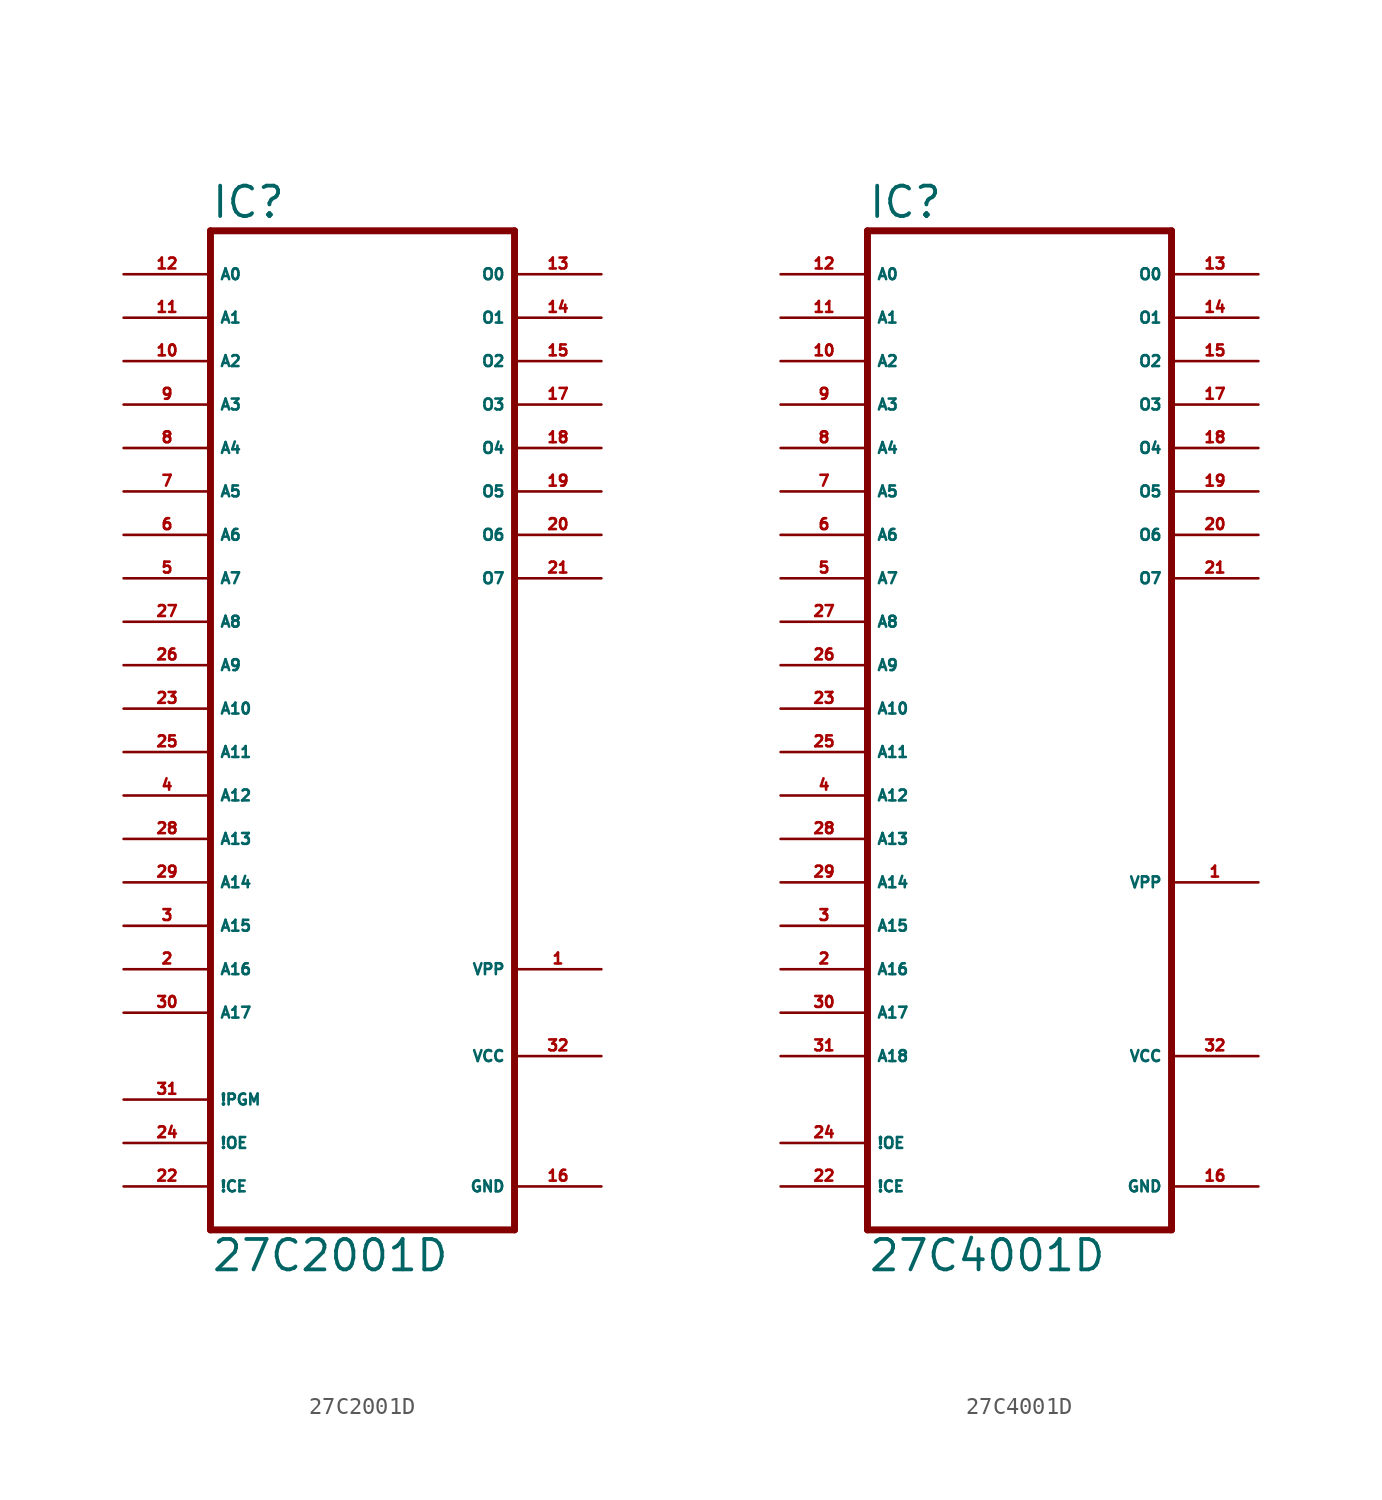
<source format=kicad_sym>
(kicad_symbol_lib
  (version 20220914)
  (generator Eagle2Kicad)
  (symbol "27C2001D"
    (property "Reference" "IC"
      (at -10.16 23.495 0)
      (effects (font (size 1.778 1.778) (thickness 0.22)) (justify left bottom)))
    (property "Value" "27C2001D"
      (at -10.16 -38.1 0)
      (effects (font (size 1.778 1.778) (thickness 0.22)) (justify left bottom)))
    (polyline
      (pts (xy -10.16 -35.56) (xy 7.62 -35.56))
      (stroke (width 0.406) (type default))
      (fill (type none)))
    (polyline
      (pts (xy 7.62 22.86) (xy 7.62 -35.56))
      (stroke (width 0.406) (type default))
      (fill (type none)))
    (polyline
      (pts (xy 7.62 22.86) (xy -10.16 22.86))
      (stroke (width 0.406) (type default))
      (fill (type none)))
    (polyline
      (pts (xy -10.16 -35.56) (xy -10.16 22.86))
      (stroke (width 0.406) (type default))
      (fill (type none)))
    (pin input line
      (at -15.24 20.32 0)
      (length 5.08)
      (name "A0" (effects (font (size 0.635 0.635) (thickness 0.08)) (justify left bottom)))
      (number "12" (effects (font (size 0.635 0.635) (thickness 0.08)) (justify left bottom))))
    (pin input line
      (at -15.24 17.78 0)
      (length 5.08)
      (name "A1" (effects (font (size 0.635 0.635) (thickness 0.08)) (justify left bottom)))
      (number "11" (effects (font (size 0.635 0.635) (thickness 0.08)) (justify left bottom))))
    (pin input line
      (at -15.24 15.24 0)
      (length 5.08)
      (name "A2" (effects (font (size 0.635 0.635) (thickness 0.08)) (justify left bottom)))
      (number "10" (effects (font (size 0.635 0.635) (thickness 0.08)) (justify left bottom))))
    (pin input line
      (at -15.24 12.7 0)
      (length 5.08)
      (name "A3" (effects (font (size 0.635 0.635) (thickness 0.08)) (justify left bottom)))
      (number "9" (effects (font (size 0.635 0.635) (thickness 0.08)) (justify left bottom))))
    (pin input line
      (at -15.24 10.16 0)
      (length 5.08)
      (name "A4" (effects (font (size 0.635 0.635) (thickness 0.08)) (justify left bottom)))
      (number "8" (effects (font (size 0.635 0.635) (thickness 0.08)) (justify left bottom))))
    (pin input line
      (at -15.24 7.62 0)
      (length 5.08)
      (name "A5" (effects (font (size 0.635 0.635) (thickness 0.08)) (justify left bottom)))
      (number "7" (effects (font (size 0.635 0.635) (thickness 0.08)) (justify left bottom))))
    (pin input line
      (at -15.24 5.08 0)
      (length 5.08)
      (name "A6" (effects (font (size 0.635 0.635) (thickness 0.08)) (justify left bottom)))
      (number "6" (effects (font (size 0.635 0.635) (thickness 0.08)) (justify left bottom))))
    (pin input line
      (at -15.24 2.54 0)
      (length 5.08)
      (name "A7" (effects (font (size 0.635 0.635) (thickness 0.08)) (justify left bottom)))
      (number "5" (effects (font (size 0.635 0.635) (thickness 0.08)) (justify left bottom))))
    (pin input line
      (at -15.24 0 0)
      (length 5.08)
      (name "A8" (effects (font (size 0.635 0.635) (thickness 0.08)) (justify left bottom)))
      (number "27" (effects (font (size 0.635 0.635) (thickness 0.08)) (justify left bottom))))
    (pin input line
      (at -15.24 -2.54 0)
      (length 5.08)
      (name "A9" (effects (font (size 0.635 0.635) (thickness 0.08)) (justify left bottom)))
      (number "26" (effects (font (size 0.635 0.635) (thickness 0.08)) (justify left bottom))))
    (pin input line
      (at -15.24 -5.08 0)
      (length 5.08)
      (name "A10" (effects (font (size 0.635 0.635) (thickness 0.08)) (justify left bottom)))
      (number "23" (effects (font (size 0.635 0.635) (thickness 0.08)) (justify left bottom))))
    (pin input line
      (at -15.24 -7.62 0)
      (length 5.08)
      (name "A11" (effects (font (size 0.635 0.635) (thickness 0.08)) (justify left bottom)))
      (number "25" (effects (font (size 0.635 0.635) (thickness 0.08)) (justify left bottom))))
    (pin input line
      (at -15.24 -10.16 0)
      (length 5.08)
      (name "A12" (effects (font (size 0.635 0.635) (thickness 0.08)) (justify left bottom)))
      (number "4" (effects (font (size 0.635 0.635) (thickness 0.08)) (justify left bottom))))
    (pin input line
      (at -15.24 -12.7 0)
      (length 5.08)
      (name "A13" (effects (font (size 0.635 0.635) (thickness 0.08)) (justify left bottom)))
      (number "28" (effects (font (size 0.635 0.635) (thickness 0.08)) (justify left bottom))))
    (pin input line
      (at -15.24 -15.24 0)
      (length 5.08)
      (name "A14" (effects (font (size 0.635 0.635) (thickness 0.08)) (justify left bottom)))
      (number "29" (effects (font (size 0.635 0.635) (thickness 0.08)) (justify left bottom))))
    (pin input line
      (at -15.24 -17.78 0)
      (length 5.08)
      (name "A15" (effects (font (size 0.635 0.635) (thickness 0.08)) (justify left bottom)))
      (number "3" (effects (font (size 0.635 0.635) (thickness 0.08)) (justify left bottom))))
    (pin input line
      (at -15.24 -20.32 0)
      (length 5.08)
      (name "A16" (effects (font (size 0.635 0.635) (thickness 0.08)) (justify left bottom)))
      (number "2" (effects (font (size 0.635 0.635) (thickness 0.08)) (justify left bottom))))
    (pin input line
      (at -15.24 -22.86 0)
      (length 5.08)
      (name "A17" (effects (font (size 0.635 0.635) (thickness 0.08)) (justify left bottom)))
      (number "30" (effects (font (size 0.635 0.635) (thickness 0.08)) (justify left bottom))))
    (pin tri_state line
      (at 12.7 20.32 180)
      (length 5.08)
      (name "O0" (effects (font (size 0.635 0.635) (thickness 0.08)) (justify left bottom)))
      (number "13" (effects (font (size 0.635 0.635) (thickness 0.08)) (justify left bottom))))
    (pin tri_state line
      (at 12.7 17.78 180)
      (length 5.08)
      (name "O1" (effects (font (size 0.635 0.635) (thickness 0.08)) (justify left bottom)))
      (number "14" (effects (font (size 0.635 0.635) (thickness 0.08)) (justify left bottom))))
    (pin tri_state line
      (at 12.7 15.24 180)
      (length 5.08)
      (name "O2" (effects (font (size 0.635 0.635) (thickness 0.08)) (justify left bottom)))
      (number "15" (effects (font (size 0.635 0.635) (thickness 0.08)) (justify left bottom))))
    (pin tri_state line
      (at 12.7 12.7 180)
      (length 5.08)
      (name "O3" (effects (font (size 0.635 0.635) (thickness 0.08)) (justify left bottom)))
      (number "17" (effects (font (size 0.635 0.635) (thickness 0.08)) (justify left bottom))))
    (pin tri_state line
      (at 12.7 10.16 180)
      (length 5.08)
      (name "O4" (effects (font (size 0.635 0.635) (thickness 0.08)) (justify left bottom)))
      (number "18" (effects (font (size 0.635 0.635) (thickness 0.08)) (justify left bottom))))
    (pin tri_state line
      (at 12.7 7.62 180)
      (length 5.08)
      (name "O5" (effects (font (size 0.635 0.635) (thickness 0.08)) (justify left bottom)))
      (number "19" (effects (font (size 0.635 0.635) (thickness 0.08)) (justify left bottom))))
    (pin tri_state line
      (at 12.7 5.08 180)
      (length 5.08)
      (name "O6" (effects (font (size 0.635 0.635) (thickness 0.08)) (justify left bottom)))
      (number "20" (effects (font (size 0.635 0.635) (thickness 0.08)) (justify left bottom))))
    (pin tri_state line
      (at 12.7 2.54 180)
      (length 5.08)
      (name "O7" (effects (font (size 0.635 0.635) (thickness 0.08)) (justify left bottom)))
      (number "21" (effects (font (size 0.635 0.635) (thickness 0.08)) (justify left bottom))))
    (pin input line
      (at -15.24 -27.94 0)
      (length 5.08)
      (name "!PGM" (effects (font (size 0.635 0.635) (thickness 0.08)) (justify left bottom)))
      (number "31" (effects (font (size 0.635 0.635) (thickness 0.08)) (justify left bottom))))
    (pin input line
      (at -15.24 -30.48 0)
      (length 5.08)
      (name "!OE" (effects (font (size 0.635 0.635) (thickness 0.08)) (justify left bottom)))
      (number "24" (effects (font (size 0.635 0.635) (thickness 0.08)) (justify left bottom))))
    (pin input line
      (at -15.24 -33.02 0)
      (length 5.08)
      (name "!CE" (effects (font (size 0.635 0.635) (thickness 0.08)) (justify left bottom)))
      (number "22" (effects (font (size 0.635 0.635) (thickness 0.08)) (justify left bottom))))
    (pin unspecified line
      (at 12.7 -33.02 180)
      (length 5.08)
      (name "GND" (effects (font (size 0.635 0.635) (thickness 0.08)) (justify left bottom)))
      (number "16" (effects (font (size 0.635 0.635) (thickness 0.08)) (justify left bottom))))
    (pin unspecified line
      (at 12.7 -25.4 180)
      (length 5.08)
      (name "VCC" (effects (font (size 0.635 0.635) (thickness 0.08)) (justify left bottom)))
      (number "32" (effects (font (size 0.635 0.635) (thickness 0.08)) (justify left bottom))))
    (pin passive line
      (at 12.7 -20.32 180)
      (length 5.08)
      (name "VPP" (effects (font (size 0.635 0.635) (thickness 0.08)) (justify left bottom)))
      (number "1" (effects (font (size 0.635 0.635) (thickness 0.08)) (justify left bottom)))))
  (symbol "27C4001D"
    (property "Reference" "IC"
      (at -10.16 26.035 0)
      (effects (font (size 1.778 1.778) (thickness 0.22)) (justify left bottom)))
    (property "Value" "27C4001D"
      (at -10.16 -35.56 0)
      (effects (font (size 1.778 1.778) (thickness 0.22)) (justify left bottom)))
    (polyline
      (pts (xy -10.16 -33.02) (xy -10.16 25.4))
      (stroke (width 0.406) (type default))
      (fill (type none)))
    (polyline
      (pts (xy 7.62 25.4) (xy -10.16 25.4))
      (stroke (width 0.406) (type default))
      (fill (type none)))
    (polyline
      (pts (xy 7.62 25.4) (xy 7.62 -33.02))
      (stroke (width 0.406) (type default))
      (fill (type none)))
    (polyline
      (pts (xy -10.16 -33.02) (xy 7.62 -33.02))
      (stroke (width 0.406) (type default))
      (fill (type none)))
    (pin input line
      (at -15.24 22.86 0)
      (length 5.08)
      (name "A0" (effects (font (size 0.635 0.635) (thickness 0.08)) (justify left bottom)))
      (number "12" (effects (font (size 0.635 0.635) (thickness 0.08)) (justify left bottom))))
    (pin input line
      (at -15.24 20.32 0)
      (length 5.08)
      (name "A1" (effects (font (size 0.635 0.635) (thickness 0.08)) (justify left bottom)))
      (number "11" (effects (font (size 0.635 0.635) (thickness 0.08)) (justify left bottom))))
    (pin input line
      (at -15.24 17.78 0)
      (length 5.08)
      (name "A2" (effects (font (size 0.635 0.635) (thickness 0.08)) (justify left bottom)))
      (number "10" (effects (font (size 0.635 0.635) (thickness 0.08)) (justify left bottom))))
    (pin input line
      (at -15.24 15.24 0)
      (length 5.08)
      (name "A3" (effects (font (size 0.635 0.635) (thickness 0.08)) (justify left bottom)))
      (number "9" (effects (font (size 0.635 0.635) (thickness 0.08)) (justify left bottom))))
    (pin input line
      (at -15.24 12.7 0)
      (length 5.08)
      (name "A4" (effects (font (size 0.635 0.635) (thickness 0.08)) (justify left bottom)))
      (number "8" (effects (font (size 0.635 0.635) (thickness 0.08)) (justify left bottom))))
    (pin input line
      (at -15.24 10.16 0)
      (length 5.08)
      (name "A5" (effects (font (size 0.635 0.635) (thickness 0.08)) (justify left bottom)))
      (number "7" (effects (font (size 0.635 0.635) (thickness 0.08)) (justify left bottom))))
    (pin input line
      (at -15.24 7.62 0)
      (length 5.08)
      (name "A6" (effects (font (size 0.635 0.635) (thickness 0.08)) (justify left bottom)))
      (number "6" (effects (font (size 0.635 0.635) (thickness 0.08)) (justify left bottom))))
    (pin input line
      (at -15.24 5.08 0)
      (length 5.08)
      (name "A7" (effects (font (size 0.635 0.635) (thickness 0.08)) (justify left bottom)))
      (number "5" (effects (font (size 0.635 0.635) (thickness 0.08)) (justify left bottom))))
    (pin input line
      (at -15.24 2.54 0)
      (length 5.08)
      (name "A8" (effects (font (size 0.635 0.635) (thickness 0.08)) (justify left bottom)))
      (number "27" (effects (font (size 0.635 0.635) (thickness 0.08)) (justify left bottom))))
    (pin input line
      (at -15.24 0 0)
      (length 5.08)
      (name "A9" (effects (font (size 0.635 0.635) (thickness 0.08)) (justify left bottom)))
      (number "26" (effects (font (size 0.635 0.635) (thickness 0.08)) (justify left bottom))))
    (pin input line
      (at -15.24 -2.54 0)
      (length 5.08)
      (name "A10" (effects (font (size 0.635 0.635) (thickness 0.08)) (justify left bottom)))
      (number "23" (effects (font (size 0.635 0.635) (thickness 0.08)) (justify left bottom))))
    (pin input line
      (at -15.24 -5.08 0)
      (length 5.08)
      (name "A11" (effects (font (size 0.635 0.635) (thickness 0.08)) (justify left bottom)))
      (number "25" (effects (font (size 0.635 0.635) (thickness 0.08)) (justify left bottom))))
    (pin input line
      (at -15.24 -7.62 0)
      (length 5.08)
      (name "A12" (effects (font (size 0.635 0.635) (thickness 0.08)) (justify left bottom)))
      (number "4" (effects (font (size 0.635 0.635) (thickness 0.08)) (justify left bottom))))
    (pin input line
      (at -15.24 -10.16 0)
      (length 5.08)
      (name "A13" (effects (font (size 0.635 0.635) (thickness 0.08)) (justify left bottom)))
      (number "28" (effects (font (size 0.635 0.635) (thickness 0.08)) (justify left bottom))))
    (pin input line
      (at -15.24 -12.7 0)
      (length 5.08)
      (name "A14" (effects (font (size 0.635 0.635) (thickness 0.08)) (justify left bottom)))
      (number "29" (effects (font (size 0.635 0.635) (thickness 0.08)) (justify left bottom))))
    (pin input line
      (at -15.24 -15.24 0)
      (length 5.08)
      (name "A15" (effects (font (size 0.635 0.635) (thickness 0.08)) (justify left bottom)))
      (number "3" (effects (font (size 0.635 0.635) (thickness 0.08)) (justify left bottom))))
    (pin input line
      (at -15.24 -17.78 0)
      (length 5.08)
      (name "A16" (effects (font (size 0.635 0.635) (thickness 0.08)) (justify left bottom)))
      (number "2" (effects (font (size 0.635 0.635) (thickness 0.08)) (justify left bottom))))
    (pin input line
      (at -15.24 -20.32 0)
      (length 5.08)
      (name "A17" (effects (font (size 0.635 0.635) (thickness 0.08)) (justify left bottom)))
      (number "30" (effects (font (size 0.635 0.635) (thickness 0.08)) (justify left bottom))))
    (pin input line
      (at -15.24 -22.86 0)
      (length 5.08)
      (name "A18" (effects (font (size 0.635 0.635) (thickness 0.08)) (justify left bottom)))
      (number "31" (effects (font (size 0.635 0.635) (thickness 0.08)) (justify left bottom))))
    (pin tri_state line
      (at 12.7 22.86 180)
      (length 5.08)
      (name "O0" (effects (font (size 0.635 0.635) (thickness 0.08)) (justify left bottom)))
      (number "13" (effects (font (size 0.635 0.635) (thickness 0.08)) (justify left bottom))))
    (pin tri_state line
      (at 12.7 20.32 180)
      (length 5.08)
      (name "O1" (effects (font (size 0.635 0.635) (thickness 0.08)) (justify left bottom)))
      (number "14" (effects (font (size 0.635 0.635) (thickness 0.08)) (justify left bottom))))
    (pin tri_state line
      (at 12.7 17.78 180)
      (length 5.08)
      (name "O2" (effects (font (size 0.635 0.635) (thickness 0.08)) (justify left bottom)))
      (number "15" (effects (font (size 0.635 0.635) (thickness 0.08)) (justify left bottom))))
    (pin tri_state line
      (at 12.7 15.24 180)
      (length 5.08)
      (name "O3" (effects (font (size 0.635 0.635) (thickness 0.08)) (justify left bottom)))
      (number "17" (effects (font (size 0.635 0.635) (thickness 0.08)) (justify left bottom))))
    (pin tri_state line
      (at 12.7 12.7 180)
      (length 5.08)
      (name "O4" (effects (font (size 0.635 0.635) (thickness 0.08)) (justify left bottom)))
      (number "18" (effects (font (size 0.635 0.635) (thickness 0.08)) (justify left bottom))))
    (pin tri_state line
      (at 12.7 10.16 180)
      (length 5.08)
      (name "O5" (effects (font (size 0.635 0.635) (thickness 0.08)) (justify left bottom)))
      (number "19" (effects (font (size 0.635 0.635) (thickness 0.08)) (justify left bottom))))
    (pin tri_state line
      (at 12.7 7.62 180)
      (length 5.08)
      (name "O6" (effects (font (size 0.635 0.635) (thickness 0.08)) (justify left bottom)))
      (number "20" (effects (font (size 0.635 0.635) (thickness 0.08)) (justify left bottom))))
    (pin tri_state line
      (at 12.7 5.08 180)
      (length 5.08)
      (name "O7" (effects (font (size 0.635 0.635) (thickness 0.08)) (justify left bottom)))
      (number "21" (effects (font (size 0.635 0.635) (thickness 0.08)) (justify left bottom))))
    (pin input line
      (at -15.24 -27.94 0)
      (length 5.08)
      (name "!OE" (effects (font (size 0.635 0.635) (thickness 0.08)) (justify left bottom)))
      (number "24" (effects (font (size 0.635 0.635) (thickness 0.08)) (justify left bottom))))
    (pin input line
      (at -15.24 -30.48 0)
      (length 5.08)
      (name "!CE" (effects (font (size 0.635 0.635) (thickness 0.08)) (justify left bottom)))
      (number "22" (effects (font (size 0.635 0.635) (thickness 0.08)) (justify left bottom))))
    (pin unspecified line
      (at 12.7 -30.48 180)
      (length 5.08)
      (name "GND" (effects (font (size 0.635 0.635) (thickness 0.08)) (justify left bottom)))
      (number "16" (effects (font (size 0.635 0.635) (thickness 0.08)) (justify left bottom))))
    (pin unspecified line
      (at 12.7 -22.86 180)
      (length 5.08)
      (name "VCC" (effects (font (size 0.635 0.635) (thickness 0.08)) (justify left bottom)))
      (number "32" (effects (font (size 0.635 0.635) (thickness 0.08)) (justify left bottom))))
    (pin passive line
      (at 12.7 -12.7 180)
      (length 5.08)
      (name "VPP" (effects (font (size 0.635 0.635) (thickness 0.08)) (justify left bottom)))
      (number "1" (effects (font (size 0.635 0.635) (thickness 0.08)) (justify left bottom))))))
</source>
